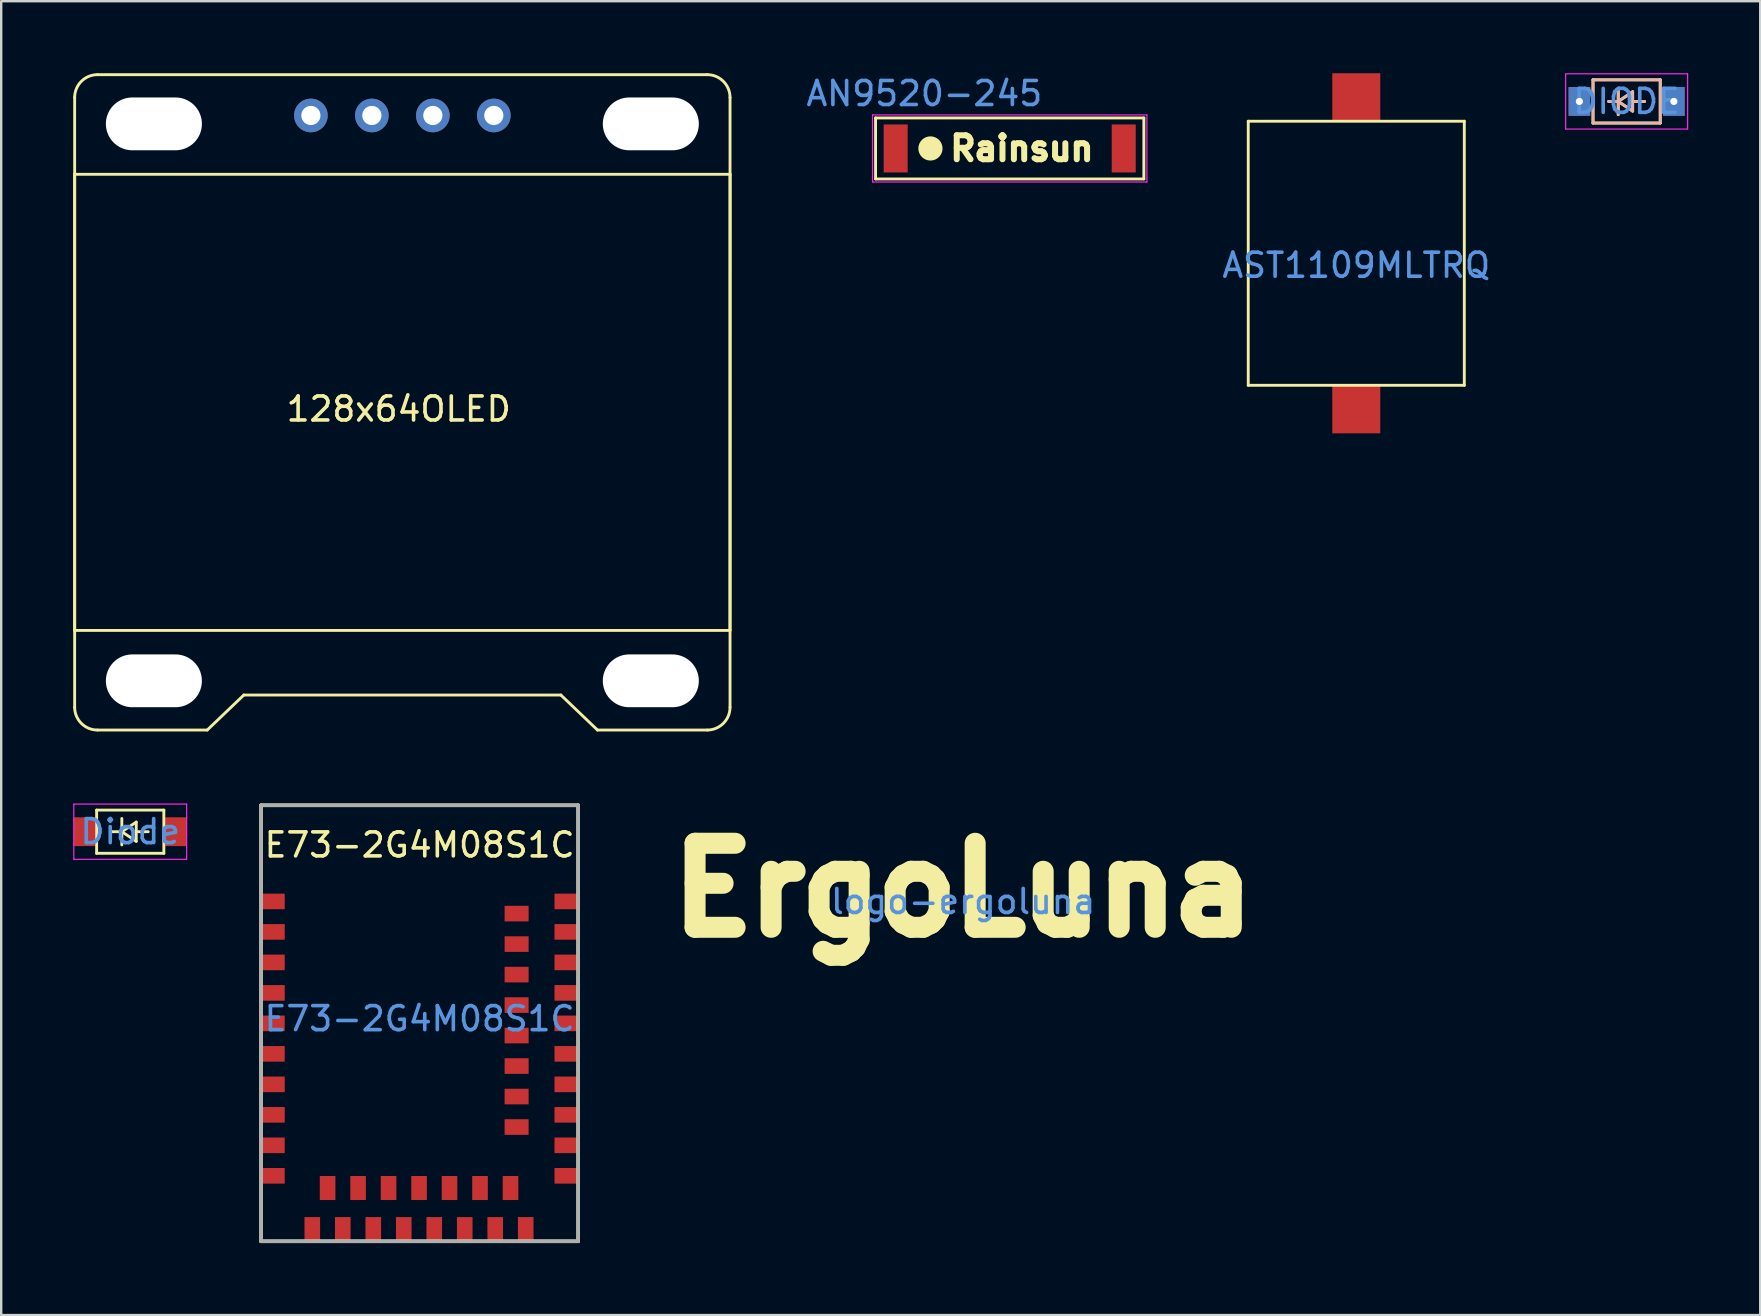
<source format=kicad_pcb>
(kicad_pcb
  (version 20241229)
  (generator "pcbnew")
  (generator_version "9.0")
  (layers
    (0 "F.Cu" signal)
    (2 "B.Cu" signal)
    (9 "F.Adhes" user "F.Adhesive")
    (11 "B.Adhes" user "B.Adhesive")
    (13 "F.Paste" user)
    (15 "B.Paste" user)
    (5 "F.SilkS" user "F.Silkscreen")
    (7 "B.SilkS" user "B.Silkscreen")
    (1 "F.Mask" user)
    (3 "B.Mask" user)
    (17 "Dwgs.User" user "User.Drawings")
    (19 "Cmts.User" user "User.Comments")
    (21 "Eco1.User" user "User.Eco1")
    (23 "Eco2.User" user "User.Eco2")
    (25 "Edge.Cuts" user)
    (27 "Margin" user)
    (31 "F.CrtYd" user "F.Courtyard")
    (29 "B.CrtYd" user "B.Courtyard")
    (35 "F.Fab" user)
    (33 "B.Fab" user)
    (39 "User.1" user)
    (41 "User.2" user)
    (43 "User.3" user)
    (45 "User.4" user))
  (footprint "AN9520-245"
    (layer "F.Cu")
    (at 39.01 3.134)
    (property "Reference" "AN9520-245" (at -3.556 -2.286 0) (layer "Cmts.User") (effects (font (size 1 1) (thickness 0.15))))
    (attr through_hole)
    (fp_line (start -5.588 -1.27) (end -5.588 1.27) (stroke (width 0.12) (type solid)) (layer "F.SilkS"))
    (fp_line (start -5.588 1.27) (end 5.588 1.27) (stroke (width 0.12) (type solid)) (layer "F.SilkS"))
    (fp_line (start 5.588 -1.27) (end -5.588 -1.27) (stroke (width 0.12) (type solid)) (layer "F.SilkS"))
    (fp_line (start 5.588 1.27) (end 5.588 -1.27) (stroke (width 0.12) (type solid)) (layer "F.SilkS"))
    (fp_circle (center -3.302 0) (end -3.048 0) (stroke (width 0.5) (type solid)) (fill no) (layer "F.SilkS"))
    (fp_line (start -5.715 -1.397) (end -5.715 1.397) (stroke (width 0.05) (type solid)) (layer "F.CrtYd"))
    (fp_line (start -5.715 1.397) (end 5.715 1.397) (stroke (width 0.05) (type solid)) (layer "F.CrtYd"))
    (fp_line (start 5.715 -1.397) (end -5.715 -1.397) (stroke (width 0.05) (type solid)) (layer "F.CrtYd"))
    (fp_line (start 5.715 1.397) (end 5.715 -1.397) (stroke (width 0.05) (type solid)) (layer "F.CrtYd"))
    (fp_text user "Rainsun" (at 0.508 0 0) (layer "F.SilkS") (effects (font (size 1 1) (thickness 0.25))))
    (pad "1" smd rect (at -4.75 0) (size 1 2) (layers "F.Cu" "F.Mask" "F.Paste"))
    (pad "2" smd rect (at 4.75 0) (size 1 2) (layers "F.Cu" "F.Mask" "F.Paste")))
  (footprint "Diode"
    (layer "F.Cu")
    (at 2.375 31.595)
    (property "Reference" "Diode" (at 0 0 0) (layer "Cmts.User") (effects (font (size 1 1) (thickness 0.15))))
    (attr smd)
    (fp_line (start -1.4 -0.9) (end 1.4 -0.9) (stroke (width 0.12) (type solid)) (layer "F.SilkS"))
    (fp_line (start -1.4 0.9) (end -1.4 -0.9) (stroke (width 0.12) (type solid)) (layer "F.SilkS"))
    (fp_line (start -0.75 0) (end -0.35 0) (stroke (width 0.12) (type solid)) (layer "F.SilkS"))
    (fp_line (start -0.35 0) (end -0.35 -0.55) (stroke (width 0.12) (type solid)) (layer "F.SilkS"))
    (fp_line (start -0.35 0) (end -0.35 0.55) (stroke (width 0.12) (type solid)) (layer "F.SilkS"))
    (fp_line (start -0.35 0) (end 0.25 -0.4) (stroke (width 0.12) (type solid)) (layer "F.SilkS"))
    (fp_line (start 0.25 -0.4) (end 0.25 0.4) (stroke (width 0.12) (type solid)) (layer "F.SilkS"))
    (fp_line (start 0.25 0) (end 0.75 0) (stroke (width 0.12) (type solid)) (layer "F.SilkS"))
    (fp_line (start 0.25 0.4) (end -0.35 0) (stroke (width 0.12) (type solid)) (layer "F.SilkS"))
    (fp_line (start 1.4 -0.9) (end 1.4 0.9) (stroke (width 0.12) (type solid)) (layer "F.SilkS"))
    (fp_line (start 1.4 0.9) (end -1.4 0.9) (stroke (width 0.12) (type solid)) (layer "F.SilkS"))
    (fp_line (start -2.35 -1.15) (end -2.35 1.15) (stroke (width 0.05) (type solid)) (layer "F.CrtYd"))
    (fp_line (start -2.35 -1.15) (end 2.35 -1.15) (stroke (width 0.05) (type solid)) (layer "F.CrtYd"))
    (fp_line (start 2.35 -1.15) (end 2.35 1.15) (stroke (width 0.05) (type solid)) (layer "F.CrtYd"))
    (fp_line (start 2.35 1.15) (end -2.35 1.15) (stroke (width 0.05) (type solid)) (layer "F.CrtYd"))
    (pad "1" smd rect (at -1.905 0) (size 0.9 1.2) (layers "F.Cu" "F.Mask" "F.Paste"))
    (pad "2" smd rect (at 1.905 0) (size 0.9 1.2) (layers "F.Cu" "F.Mask" "F.Paste")))
  (footprint "DIODE"
    (layer "F.Cu")
    (at 64.708 1.175)
    (property "Reference" "DIODE" (at 0 0 0) (layer "Cmts.User") (effects (font (size 1 1) (thickness 0.15))))
    (attr smd)
    (fp_line (start -1.4 -0.9) (end 1.4 -0.9) (stroke (width 0.12) (type solid)) (layer "F.SilkS"))
    (fp_line (start -1.4 0.9) (end -1.4 -0.9) (stroke (width 0.12) (type solid)) (layer "F.SilkS"))
    (fp_line (start -0.75 0) (end -0.35 0) (stroke (width 0.12) (type solid)) (layer "F.SilkS"))
    (fp_line (start -0.35 0) (end -0.35 -0.55) (stroke (width 0.12) (type solid)) (layer "F.SilkS"))
    (fp_line (start -0.35 0) (end -0.35 0.55) (stroke (width 0.12) (type solid)) (layer "F.SilkS"))
    (fp_line (start -0.35 0) (end 0.25 -0.4) (stroke (width 0.12) (type solid)) (layer "F.SilkS"))
    (fp_line (start 0.25 -0.4) (end 0.25 0.4) (stroke (width 0.12) (type solid)) (layer "F.SilkS"))
    (fp_line (start 0.25 0) (end 0.75 0) (stroke (width 0.12) (type solid)) (layer "F.SilkS"))
    (fp_line (start 0.25 0.4) (end -0.35 0) (stroke (width 0.12) (type solid)) (layer "F.SilkS"))
    (fp_line (start 1.4 -0.9) (end 1.4 0.9) (stroke (width 0.12) (type solid)) (layer "F.SilkS"))
    (fp_line (start 1.4 0.9) (end -1.4 0.9) (stroke (width 0.12) (type solid)) (layer "F.SilkS"))
    (fp_line (start -1.4 -0.9) (end -1.4 0.9) (stroke (width 0.12) (type solid)) (layer "B.SilkS"))
    (fp_line (start -1.4 0.9) (end 1.4 0.9) (stroke (width 0.12) (type solid)) (layer "B.SilkS"))
    (fp_line (start -0.75 0) (end -0.35 0) (stroke (width 0.12) (type solid)) (layer "B.SilkS"))
    (fp_line (start -0.35 0) (end -0.35 -0.55) (stroke (width 0.12) (type solid)) (layer "B.SilkS"))
    (fp_line (start -0.35 0) (end -0.35 0.55) (stroke (width 0.12) (type solid)) (layer "B.SilkS"))
    (fp_line (start -0.35 0) (end 0.25 0.4) (stroke (width 0.12) (type solid)) (layer "B.SilkS"))
    (fp_line (start 0.25 -0.4) (end -0.35 0) (stroke (width 0.12) (type solid)) (layer "B.SilkS"))
    (fp_line (start 0.25 0) (end 0.75 0) (stroke (width 0.12) (type solid)) (layer "B.SilkS"))
    (fp_line (start 0.25 0.4) (end 0.25 -0.4) (stroke (width 0.12) (type solid)) (layer "B.SilkS"))
    (fp_line (start 1.4 -0.9) (end -1.4 -0.9) (stroke (width 0.12) (type solid)) (layer "B.SilkS"))
    (fp_line (start 1.4 0.9) (end 1.4 -0.9) (stroke (width 0.12) (type solid)) (layer "B.SilkS"))
    (fp_line (start -2.54 -1.15) (end -2.54 1.15) (stroke (width 0.05) (type solid)) (layer "F.CrtYd"))
    (fp_line (start -2.54 -1.15) (end 2.54 -1.15) (stroke (width 0.05) (type solid)) (layer "F.CrtYd"))
    (fp_line (start 2.54 -1.15) (end 2.54 1.15) (stroke (width 0.05) (type solid)) (layer "F.CrtYd"))
    (fp_line (start 2.54 1.15) (end -2.54 1.15) (stroke (width 0.05) (type solid)) (layer "F.CrtYd"))
    (pad "1" thru_hole rect (at -1.968 0) (size 0.9 1.2) (drill 0.3) (layers "*.Cu" "*.Paste" "*.Mask"))
    (pad "2" thru_hole rect (at 1.968 0) (size 0.9 1.2) (drill 0.3) (layers "*.Cu" "*.Paste" "*.Mask")))
  (footprint "128x64OLED"
    (layer "F.Cu")
    (at 13.71 13.71)
    (property "Reference" "128x64OLED" (at -0.152 0.279 0) (layer "F.SilkS") (effects (font (size 1 1) (thickness 0.15))))
    (attr through_hole)
    (fp_line (start -13.65 9.5) (end -13.65 -9.5) (stroke (width 0.12) (type solid)) (layer "F.SilkS"))
    (fp_line (start -13.65 9.5) (end 13.65 9.5) (stroke (width 0.12) (type solid)) (layer "F.SilkS"))
    (fp_line (start -13.65 12.7) (end -13.65 -12.7) (stroke (width 0.12) (type solid)) (layer "F.SilkS"))
    (fp_line (start -12.7 13.65) (end -8.128 13.65) (stroke (width 0.12) (type solid)) (layer "F.SilkS"))
    (fp_line (start -8.128 13.65) (end -6.604 12.192) (stroke (width 0.12) (type solid)) (layer "F.SilkS"))
    (fp_line (start -6.604 12.192) (end 6.604 12.192) (stroke (width 0.12) (type solid)) (layer "F.SilkS"))
    (fp_line (start 8.128 13.65) (end 6.604 12.192) (stroke (width 0.12) (type solid)) (layer "F.SilkS"))
    (fp_line (start 8.128 13.65) (end 12.7 13.65) (stroke (width 0.12) (type solid)) (layer "F.SilkS"))
    (fp_line (start 12.7 -13.65) (end -12.7 -13.65) (stroke (width 0.12) (type solid)) (layer "F.SilkS"))
    (fp_line (start 13.65 9.5) (end 13.654 -9.5) (stroke (width 0.12) (type solid)) (layer "F.SilkS"))
    (fp_line (start 13.65 12.7) (end 13.65 -12.7) (stroke (width 0.12) (type solid)) (layer "F.SilkS"))
    (fp_line (start 13.654 -9.5) (end -13.65 -9.5) (stroke (width 0.12) (type solid)) (layer "F.SilkS"))
    (fp_arc (start -13.65 -12.7) (mid -13.371751 -13.371751) (end -12.7 -13.65) (stroke (width 0.12) (type solid)) (layer "F.SilkS"))
    (fp_arc (start -12.7 13.65) (mid -13.371751 13.371751) (end -13.65 12.7) (stroke (width 0.12) (type solid)) (layer "F.SilkS"))
    (fp_arc (start 12.7 -13.65) (mid 13.371751 -13.371751) (end 13.65 -12.7) (stroke (width 0.12) (type solid)) (layer "F.SilkS"))
    (fp_arc (start 13.65 12.7) (mid 13.371751 13.371751) (end 12.7 13.65) (stroke (width 0.12) (type solid)) (layer "F.SilkS"))
    (pad "" np_thru_hole oval (at -10.35 -11.6) (size 4 2.2) (drill oval 4 2.2) (layers "*.Cu" "*.Mask"))
    (pad "" np_thru_hole oval (at -10.35 11.6) (size 4 2.2) (drill oval 4 2.2) (layers "*.Cu" "*.Mask"))
    (pad "" np_thru_hole oval (at 10.35 -11.6) (size 4 2.2) (drill oval 4 2.2) (layers "*.Cu" "*.Mask"))
    (pad "" np_thru_hole oval (at 10.35 11.6) (size 4 2.2) (drill oval 4 2.2) (layers "*.Cu" "*.Mask"))
    (pad "1" thru_hole circle (at -3.81 -11.95) (size 1.4 1.4) (drill 0.8) (layers "*.Cu" "*.Mask"))
    (pad "2" thru_hole circle (at -1.27 -11.95) (size 1.4 1.4) (drill 0.8) (layers "*.Cu" "*.Mask"))
    (pad "3" thru_hole circle (at 1.27 -11.95) (size 1.4 1.4) (drill 0.8) (layers "*.Cu" "*.Mask"))
    (pad "4" thru_hole circle (at 3.81 -11.95) (size 1.4 1.4) (drill 0.8) (layers "*.Cu" "*.Mask")))
  (footprint "logo-ergoluna"
    (layer "F.Cu")
    (at 37.071 34.003)
    (property "Reference" "logo-ergoluna" (at 0 0.5 0) (layer "Cmts.User") (effects (font (size 1 1) (thickness 0.15))))
    (attr through_hole)
    (fp_text user "ErgoLuna" (at 0 0 0) (layer "F.SilkS") (effects (font (size 3.5 3.5) (thickness 0.875)))))
  (footprint "AST1109MLTRQ"
    (layer "F.Cu")
    (at 53.446 7.5)
    (property "Reference" "AST1109MLTRQ" (at 0 0.5 0) (layer "Cmts.User") (effects (font (size 1 1) (thickness 0.15))))
    (attr through_hole)
    (fp_line (start -4.5 -5.5) (end -4.5 5.5) (stroke (width 0.12) (type solid)) (layer "F.SilkS"))
    (fp_line (start -4.5 -5.5) (end 4.5 -5.5) (stroke (width 0.12) (type solid)) (layer "F.SilkS"))
    (fp_line (start 4.5 -5.5) (end 4.5 5.5) (stroke (width 0.12) (type solid)) (layer "F.SilkS"))
    (fp_line (start 4.5 5.5) (end -4.5 5.5) (stroke (width 0.12) (type solid)) (layer "F.SilkS"))
    (pad "1" smd rect (at 0 -6.5) (size 2 2) (layers "F.Cu" "F.Mask" "F.Paste"))
    (pad "2" smd rect (at 0 6.5) (size 2 2) (layers "F.Cu" "F.Mask" "F.Paste")))
  (footprint "E73-2G4M08S1C"
    (layer "F.Cu")
    (at 14.429 39.385)
    (property "Reference" "E73-2G4M08S1C" (at 0 0 0) (layer "Cmts.User") (effects (font (size 1 1) (thickness 0.15))))
    (attr smd)
    (fp_line (start -6.604 -8.89) (end -6.604 9.271) (stroke (width 0.15) (type solid)) (layer "F.SilkS"))
    (fp_line (start -6.604 -8.89) (end 6.604 -8.89) (stroke (width 0.15) (type solid)) (layer "F.SilkS"))
    (fp_line (start 6.604 -8.89) (end 6.604 9.271) (stroke (width 0.15) (type solid)) (layer "F.SilkS"))
    (fp_line (start 6.604 9.271) (end -6.604 9.271) (stroke (width 0.15) (type solid)) (layer "F.SilkS"))
    (fp_line (start -6.604 -8.89) (end -6.604 9.271) (stroke (width 0.15) (type solid)) (layer "F.Fab"))
    (fp_line (start -6.604 9.271) (end 6.604 9.271) (stroke (width 0.15) (type solid)) (layer "F.Fab"))
    (fp_line (start 6.604 -8.89) (end -6.604 -8.89) (stroke (width 0.15) (type solid)) (layer "F.Fab"))
    (fp_line (start 6.604 9.271) (end 6.604 -8.89) (stroke (width 0.15) (type solid)) (layer "F.Fab"))
    (fp_text user "E73-2G4M08S1C" (at 0 -7.239 180) (layer "F.SilkS") (effects (font (size 1 1) (thickness 0.15))))
    (pad "1" smd rect (at -6.119 -4.886 90) (size 0.65 1) (layers "F.Cu" "F.Mask" "F.Paste"))
    (pad "2" smd rect (at -6.119 -3.616 90) (size 0.65 1) (layers "F.Cu" "F.Mask" "F.Paste"))
    (pad "3" smd rect (at -6.119 -2.346 90) (size 0.65 1) (layers "F.Cu" "F.Mask" "F.Paste"))
    (pad "4" smd rect (at -6.119 -1.076 90) (size 0.65 1) (layers "F.Cu" "F.Mask" "F.Paste"))
    (pad "5" smd rect (at -6.119 0.194 90) (size 0.65 1) (layers "F.Cu" "F.Mask" "F.Paste"))
    (pad "6" smd rect (at -6.119 1.464 90) (size 0.65 1) (layers "F.Cu" "F.Mask" "F.Paste"))
    (pad "7" smd rect (at -6.119 2.734 90) (size 0.65 1) (layers "F.Cu" "F.Mask" "F.Paste"))
    (pad "8" smd rect (at -6.119 4.004 90) (size 0.65 1) (layers "F.Cu" "F.Mask" "F.Paste"))
    (pad "9" smd rect (at -6.119 5.274 90) (size 0.65 1) (layers "F.Cu" "F.Mask" "F.Paste"))
    (pad "10" smd rect (at -6.119 6.544 90) (size 0.65 1) (layers "F.Cu" "F.Mask" "F.Paste"))
    (pad "11" smd rect (at -4.47 8.763 180) (size 0.65 1) (layers "F.Cu" "F.Mask" "F.Paste"))
    (pad "12" smd rect (at -3.833 7.052 180) (size 0.65 1) (layers "F.Cu" "F.Mask" "F.Paste"))
    (pad "13" smd rect (at -3.2 8.763 180) (size 0.65 1) (layers "F.Cu" "F.Mask" "F.Paste"))
    (pad "14" smd rect (at -2.563 7.052 180) (size 0.65 1) (layers "F.Cu" "F.Mask" "F.Paste"))
    (pad "15" smd rect (at -1.93 8.763 180) (size 0.65 1) (layers "F.Cu" "F.Mask" "F.Paste"))
    (pad "16" smd rect (at -1.293 7.052 180) (size 0.65 1) (layers "F.Cu" "F.Mask" "F.Paste"))
    (pad "17" smd rect (at -0.66 8.763 180) (size 0.65 1) (layers "F.Cu" "F.Mask" "F.Paste"))
    (pad "18" smd rect (at -0.023 7.052 180) (size 0.65 1) (layers "F.Cu" "F.Mask" "F.Paste"))
    (pad "19" smd rect (at 0.61 8.763 180) (size 0.65 1) (layers "F.Cu" "F.Mask" "F.Paste"))
    (pad "20" smd rect (at 1.247 7.052 180) (size 0.65 1) (layers "F.Cu" "F.Mask" "F.Paste"))
    (pad "21" smd rect (at 1.88 8.763 180) (size 0.65 1) (layers "F.Cu" "F.Mask" "F.Paste"))
    (pad "22" smd rect (at 2.517 7.052 180) (size 0.65 1) (layers "F.Cu" "F.Mask" "F.Paste"))
    (pad "23" smd rect (at 3.15 8.763 180) (size 0.65 1) (layers "F.Cu" "F.Mask" "F.Paste"))
    (pad "24" smd rect (at 3.787 7.052 180) (size 0.65 1) (layers "F.Cu" "F.Mask" "F.Paste"))
    (pad "25" smd rect (at 4.42 8.763 180) (size 0.65 1) (layers "F.Cu" "F.Mask" "F.Paste"))
    (pad "26" smd rect (at 6.119 6.544 90) (size 0.65 1) (layers "F.Cu" "F.Mask" "F.Paste"))
    (pad "27" smd rect (at 6.119 5.274 90) (size 0.65 1) (layers "F.Cu" "F.Mask" "F.Paste"))
    (pad "28" smd rect (at 4.041 4.512 90) (size 0.65 1) (layers "F.Cu" "F.Mask" "F.Paste"))
    (pad "29" smd rect (at 6.119 4.004 90) (size 0.65 1) (layers "F.Cu" "F.Mask" "F.Paste"))
    (pad "30" smd rect (at 4.041 3.242 90) (size 0.65 1) (layers "F.Cu" "F.Mask" "F.Paste"))
    (pad "31" smd rect (at 6.119 2.734 90) (size 0.65 1) (layers "F.Cu" "F.Mask" "F.Paste"))
    (pad "32" smd rect (at 4.041 1.972 90) (size 0.65 1) (layers "F.Cu" "F.Mask" "F.Paste"))
    (pad "33" smd rect (at 6.119 1.464 90) (size 0.65 1) (layers "F.Cu" "F.Mask" "F.Paste"))
    (pad "34" smd rect (at 4.041 0.702 90) (size 0.65 1) (layers "F.Cu" "F.Mask" "F.Paste"))
    (pad "35" smd rect (at 6.119 0.194 90) (size 0.65 1) (layers "F.Cu" "F.Mask" "F.Paste"))
    (pad "36" smd rect (at 4.041 -0.568 90) (size 0.65 1) (layers "F.Cu" "F.Mask" "F.Paste"))
    (pad "37" smd rect (at 6.119 -1.076 90) (size 0.65 1) (layers "F.Cu" "F.Mask" "F.Paste"))
    (pad "38" smd rect (at 4.041 -1.838 90) (size 0.65 1) (layers "F.Cu" "F.Mask" "F.Paste"))
    (pad "39" smd rect (at 6.119 -2.346 90) (size 0.65 1) (layers "F.Cu" "F.Mask" "F.Paste"))
    (pad "40" smd rect (at 4.041 -3.108 90) (size 0.65 1) (layers "F.Cu" "F.Mask" "F.Paste"))
    (pad "41" smd rect (at 6.119 -3.616 90) (size 0.65 1) (layers "F.Cu" "F.Mask" "F.Paste"))
    (pad "42" smd rect (at 4.041 -4.378 90) (size 0.65 1) (layers "F.Cu" "F.Mask" "F.Paste"))
    (pad "43" smd rect (at 6.119 -4.886 90) (size 0.65 1) (layers "F.Cu" "F.Mask" "F.Paste")))
  (gr_rect
    (start -3 -3)
    (end 70.273 51.731)
    (stroke (width 0.1) (type default))
    (fill no)
    (layer "Edge.Cuts")))
</source>
